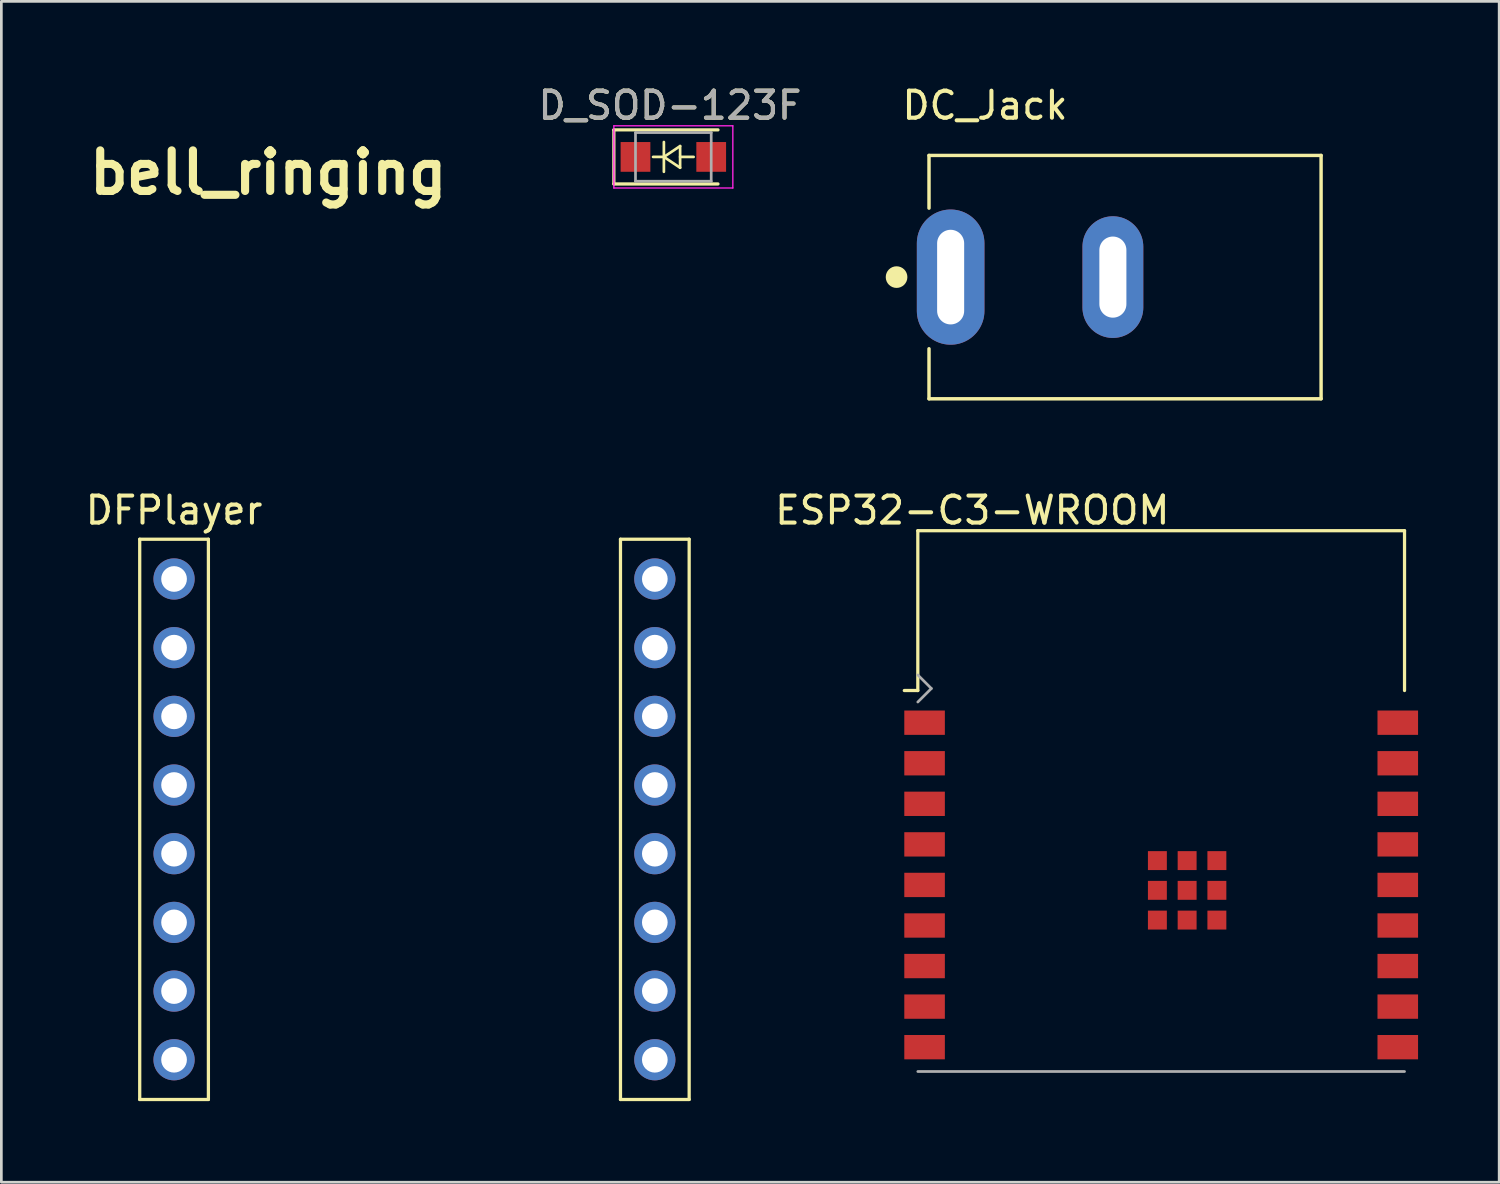
<source format=kicad_pcb>
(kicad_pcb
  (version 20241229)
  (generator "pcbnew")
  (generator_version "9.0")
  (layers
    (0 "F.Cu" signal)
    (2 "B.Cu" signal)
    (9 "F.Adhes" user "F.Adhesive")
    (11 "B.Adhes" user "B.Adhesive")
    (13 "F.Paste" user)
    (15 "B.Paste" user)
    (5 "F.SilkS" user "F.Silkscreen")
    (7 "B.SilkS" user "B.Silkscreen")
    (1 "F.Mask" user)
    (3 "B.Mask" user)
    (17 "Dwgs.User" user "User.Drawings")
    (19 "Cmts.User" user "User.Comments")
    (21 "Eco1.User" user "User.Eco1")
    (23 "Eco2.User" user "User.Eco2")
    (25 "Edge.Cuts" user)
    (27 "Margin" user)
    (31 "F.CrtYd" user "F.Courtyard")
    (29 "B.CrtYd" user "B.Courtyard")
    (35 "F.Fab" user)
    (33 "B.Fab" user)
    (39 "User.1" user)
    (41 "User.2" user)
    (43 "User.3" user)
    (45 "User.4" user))
  (footprint "DC_Jack"
    (layer "F.Cu")
    (at 32.107 7.198)
    (property "Reference" "DC_Jack" (at 1.27 -6.35 0) (layer "F.SilkS") (effects (font (size 1 1) (thickness 0.15))))
    (attr through_hole)
    (fp_line (start -0.8 -4.5) (end 13.7 -4.5) (stroke (width 0.127) (type solid)) (layer "F.SilkS"))
    (fp_line (start -0.8 -2.55) (end -0.8 -4.5) (stroke (width 0.127) (type solid)) (layer "F.SilkS"))
    (fp_line (start -0.8 4.5) (end -0.8 2.65) (stroke (width 0.127) (type solid)) (layer "F.SilkS"))
    (fp_line (start 13.7 -4.5) (end 13.7 4.5) (stroke (width 0.127) (type solid)) (layer "F.SilkS"))
    (fp_line (start 13.7 4.5) (end -0.8 4.5) (stroke (width 0.127) (type solid)) (layer "F.SilkS"))
    (fp_circle (center -2 0) (end -1.8 0) (stroke (width 0.4) (type solid)) (fill no) (layer "F.SilkS"))
    (fp_line (start -1.55 -2.25) (end -1.55 2.35) (stroke (width 0.05) (type solid)) (layer "Eco1.User"))
    (fp_line (start -1.55 2.35) (end -1.1 2.35) (stroke (width 0.05) (type solid)) (layer "Eco1.User"))
    (fp_line (start -1.1 -4.75) (end 13.95 -4.75) (stroke (width 0.05) (type solid)) (layer "Eco1.User"))
    (fp_line (start -1.1 -2.25) (end -1.55 -2.25) (stroke (width 0.05) (type solid)) (layer "Eco1.User"))
    (fp_line (start -1.1 -2.25) (end -1.1 -4.75) (stroke (width 0.05) (type solid)) (layer "Eco1.User"))
    (fp_line (start -1.1 4.75) (end -1.1 2.35) (stroke (width 0.05) (type solid)) (layer "Eco1.User"))
    (fp_line (start 13.95 -4.75) (end 13.95 4.75) (stroke (width 0.05) (type solid)) (layer "Eco1.User"))
    (fp_line (start 13.95 4.75) (end -1.1 4.75) (stroke (width 0.05) (type solid)) (layer "Eco1.User"))
    (fp_line (start -0.8 -4.5) (end 13.7 -4.5) (stroke (width 0.127) (type solid)) (layer "Eco2.User"))
    (fp_line (start 13.7 -4.5) (end 13.7 4.5) (stroke (width 0.127) (type solid)) (layer "Eco2.User"))
    (fp_line (start 13.7 4.5) (end -0.8 4.5) (stroke (width 0.127) (type solid)) (layer "Eco2.User"))
    (pad "1" thru_hole oval (at 0 0 90) (size 5 2.5) (drill oval 3.5 1) (layers "*.Cu" "*.Mask"))
    (pad "2" thru_hole oval (at 6 0 90) (size 4.5 2.25) (drill oval 3 1) (layers "*.Cu" "*.Mask")))
  (footprint "DFPlayer"
    (layer "F.Cu")
    (at 12.277 27.252)
    (property "Reference" "DFPlayer" (at -8.89 -11.43 0) (layer "F.SilkS") (effects (font (size 1 1) (thickness 0.15))))
    (attr through_hole)
    (fp_line (start -10.16 -10.36) (end -7.62 -10.36) (stroke (width 0.12) (type solid)) (layer "F.SilkS"))
    (fp_line (start -10.16 10.36) (end -10.16 -10.36) (stroke (width 0.12) (type solid)) (layer "F.SilkS"))
    (fp_line (start -7.62 -10.36) (end -7.62 10.36) (stroke (width 0.12) (type solid)) (layer "F.SilkS"))
    (fp_line (start -7.62 10.36) (end -10.16 10.36) (stroke (width 0.12) (type solid)) (layer "F.SilkS"))
    (fp_line (start 7.62 -10.36) (end 7.62 10.36) (stroke (width 0.12) (type solid)) (layer "F.SilkS"))
    (fp_line (start 7.62 -10.36) (end 10.16 -10.36) (stroke (width 0.12) (type solid)) (layer "F.SilkS"))
    (fp_line (start 10.16 -10.36) (end 10.16 10.36) (stroke (width 0.12) (type solid)) (layer "F.SilkS"))
    (fp_line (start 10.16 10.36) (end 7.62 10.36) (stroke (width 0.12) (type solid)) (layer "F.SilkS"))
    (pad "1" thru_hole circle (at -8.89 -8.89) (size 1.524 1.524) (drill 0.95) (layers "*.Cu" "*.Mask"))
    (pad "2" thru_hole circle (at -8.89 -6.35) (size 1.524 1.524) (drill 0.95) (layers "*.Cu" "*.Mask"))
    (pad "3" thru_hole circle (at -8.89 -3.81) (size 1.524 1.524) (drill 0.95) (layers "*.Cu" "*.Mask"))
    (pad "4" thru_hole circle (at -8.89 -1.27) (size 1.524 1.524) (drill 0.95) (layers "*.Cu" "*.Mask"))
    (pad "5" thru_hole circle (at -8.89 1.27) (size 1.524 1.524) (drill 0.95) (layers "*.Cu" "*.Mask"))
    (pad "6" thru_hole circle (at -8.89 3.81) (size 1.524 1.524) (drill 0.95) (layers "*.Cu" "*.Mask"))
    (pad "7" thru_hole circle (at -8.89 6.35) (size 1.524 1.524) (drill 0.95) (layers "*.Cu" "*.Mask"))
    (pad "8" thru_hole circle (at -8.89 8.89) (size 1.524 1.524) (drill 0.95) (layers "*.Cu" "*.Mask"))
    (pad "9" thru_hole circle (at 8.89 8.89) (size 1.524 1.524) (drill 0.95) (layers "*.Cu" "*.Mask"))
    (pad "10" thru_hole circle (at 8.89 6.35) (size 1.524 1.524) (drill 0.95) (layers "*.Cu" "*.Mask"))
    (pad "11" thru_hole circle (at 8.89 3.81) (size 1.524 1.524) (drill 0.95) (layers "*.Cu" "*.Mask"))
    (pad "12" thru_hole circle (at 8.89 1.27) (size 1.524 1.524) (drill 0.95) (layers "*.Cu" "*.Mask"))
    (pad "13" thru_hole circle (at 8.89 -1.27) (size 1.524 1.524) (drill 0.95) (layers "*.Cu" "*.Mask"))
    (pad "14" thru_hole circle (at 8.89 -3.81) (size 1.524 1.524) (drill 0.95) (layers "*.Cu" "*.Mask"))
    (pad "15" thru_hole circle (at 8.89 -6.35) (size 1.524 1.524) (drill 0.95) (layers "*.Cu" "*.Mask"))
    (pad "16" thru_hole circle (at 8.89 -8.89) (size 1.524 1.524) (drill 0.95) (layers "*.Cu" "*.Mask")))
  (footprint "D_SOD-123F"
    (layer "F.Cu")
    (at 21.852 2.753)
    (property "Reference" "D_SOD-123F" (at -0.127 -1.905 0) (layer "F.SilkS") (effects (font (size 1 1) (thickness 0.15))))
    (attr smd)
    (fp_line (start -2.2 -1) (end -2.2 1) (stroke (width 0.12) (type solid)) (layer "F.SilkS"))
    (fp_line (start -2.2 -1) (end 1.65 -1) (stroke (width 0.12) (type solid)) (layer "F.SilkS"))
    (fp_line (start -2.2 1) (end 1.65 1) (stroke (width 0.12) (type solid)) (layer "F.SilkS"))
    (fp_line (start -0.75 0) (end -0.35 0) (stroke (width 0.1) (type solid)) (layer "F.SilkS"))
    (fp_line (start -0.35 0) (end -0.35 -0.55) (stroke (width 0.1) (type solid)) (layer "F.SilkS"))
    (fp_line (start -0.35 0) (end -0.35 0.55) (stroke (width 0.1) (type solid)) (layer "F.SilkS"))
    (fp_line (start -0.35 0) (end 0.25 -0.4) (stroke (width 0.1) (type solid)) (layer "F.SilkS"))
    (fp_line (start 0.25 -0.4) (end 0.25 0.4) (stroke (width 0.1) (type solid)) (layer "F.SilkS"))
    (fp_line (start 0.25 0) (end 0.75 0) (stroke (width 0.1) (type solid)) (layer "F.SilkS"))
    (fp_line (start 0.25 0.4) (end -0.35 0) (stroke (width 0.1) (type solid)) (layer "F.SilkS"))
    (fp_line (start -2.2 -1.15) (end -2.2 1.15) (stroke (width 0.05) (type solid)) (layer "F.CrtYd"))
    (fp_line (start -2.2 -1.15) (end 2.2 -1.15) (stroke (width 0.05) (type solid)) (layer "F.CrtYd"))
    (fp_line (start 2.2 -1.15) (end 2.2 1.15) (stroke (width 0.05) (type solid)) (layer "F.CrtYd"))
    (fp_line (start 2.2 1.15) (end -2.2 1.15) (stroke (width 0.05) (type solid)) (layer "F.CrtYd"))
    (fp_line (start -1.4 -0.9) (end 1.4 -0.9) (stroke (width 0.1) (type solid)) (layer "F.Fab"))
    (fp_line (start -1.4 0.9) (end -1.4 -0.9) (stroke (width 0.1) (type solid)) (layer "F.Fab"))
    (fp_line (start 1.4 -0.9) (end 1.4 0.9) (stroke (width 0.1) (type solid)) (layer "F.Fab"))
    (fp_line (start 1.4 0.9) (end -1.4 0.9) (stroke (width 0.1) (type solid)) (layer "F.Fab"))
    (fp_text user "${REFERENCE}" (at -0.127 -1.905 0) (layer "F.Fab") (effects (font (size 1 1) (thickness 0.15))))
    (pad "1" smd rect (at -1.4 0) (size 1.1 1.1) (layers "F.Cu" "F.Mask" "F.Paste"))
    (pad "2" smd rect (at 1.4 0) (size 1.1 1.1) (layers "F.Cu" "F.Mask" "F.Paste")))
  (footprint "bell_ringing"
    (layer "F.Cu")
    (at 6.871 3.333)
    (property "Reference" "bell_ringing" (at 0 0 0) (layer "F.SilkS") (effects (font (size 1.5 1.5) (thickness 0.3))))
    (attr board_only exclude_from_pos_files exclude_from_bom)
    (fp_poly (pts (xy -1.936 -3.304) (xy -1.826 -3.225) (xy -1.756 -3.109) (xy -1.738 -2.973) (xy -1.747 -2.916) (xy -1.78 -2.855) (xy -1.848 -2.764) (xy -1.941 -2.659) (xy -1.983 -2.615) (xy -2.239 -2.334) (xy -2.452 -2.042) (xy -2.605 -1.781) (xy -2.695 -1.626) (xy -2.774 -1.523) (xy -2.852 -1.464) (xy -2.942 -1.437) (xy -3.01 -1.433) (xy -3.122 -1.45) (xy -3.215 -1.511) (xy -3.236 -1.531) (xy -3.306 -1.626) (xy -3.332 -1.733) (xy -3.311 -1.863) (xy -3.245 -2.026) (xy -3.213 -2.089) (xy -3.002 -2.439) (xy -2.745 -2.78) (xy -2.466 -3.081) (xy -2.348 -3.194) (xy -2.264 -3.267) (xy -2.199 -3.309) (xy -2.142 -3.329) (xy -2.079 -3.333) (xy -2.075 -3.333)) (stroke (width 0) (type solid)) (fill yes) (layer "F.Mask"))
    (fp_poly (pts (xy 2.139 -3.329) (xy 2.196 -3.311) (xy 2.26 -3.27) (xy 2.344 -3.199) (xy 2.46 -3.088) (xy 2.466 -3.081) (xy 2.641 -2.899) (xy 2.809 -2.699) (xy 2.964 -2.491) (xy 3.101 -2.287) (xy 3.211 -2.094) (xy 3.29 -1.925) (xy 3.33 -1.788) (xy 3.333 -1.745) (xy 3.303 -1.616) (xy 3.222 -1.513) (xy 3.104 -1.448) (xy 3.01 -1.433) (xy 2.906 -1.446) (xy 2.819 -1.478) (xy 2.81 -1.483) (xy 2.762 -1.535) (xy 2.696 -1.629) (xy 2.624 -1.747) (xy 2.605 -1.781) (xy 2.419 -2.092) (xy 2.21 -2.368) (xy 1.986 -2.61) (xy 1.887 -2.716) (xy 1.806 -2.816) (xy 1.756 -2.892) (xy 1.748 -2.913) (xy 1.743 -3.056) (xy 1.793 -3.182) (xy 1.888 -3.278) (xy 2.018 -3.329) (xy 2.075 -3.333)) (stroke (width 0) (type solid)) (fill yes) (layer "F.Mask"))
    (fp_poly (pts (xy 0.176 -3.311) (xy 0.378 -3.26) (xy 0.45 -3.228) (xy 0.656 -3.088) (xy 0.815 -2.909) (xy 0.915 -2.729) (xy 1 -2.58) (xy 1.106 -2.474) (xy 1.142 -2.448) (xy 1.468 -2.194) (xy 1.751 -1.89) (xy 1.985 -1.542) (xy 2.066 -1.39) (xy 2.138 -1.236) (xy 2.195 -1.099) (xy 2.238 -0.966) (xy 2.27 -0.825) (xy 2.294 -0.665) (xy 2.31 -0.473) (xy 2.322 -0.237) (xy 2.331 0.033) (xy 2.338 0.277) (xy 2.345 0.464) (xy 2.352 0.604) (xy 2.362 0.707) (xy 2.374 0.785) (xy 2.391 0.845) (xy 2.414 0.9) (xy 2.44 0.952) (xy 2.519 1.074) (xy 2.618 1.191) (xy 2.666 1.235) (xy 2.802 1.351) (xy 2.895 1.434) (xy 2.954 1.497) (xy 2.985 1.55) (xy 2.998 1.603) (xy 3 1.667) (xy 2.986 1.78) (xy 2.933 1.87) (xy 2.903 1.903) (xy 2.805 2) (xy 2.069 2) (xy 1.333 2) (xy 1.333 2.094) (xy 1.319 2.212) (xy 1.281 2.361) (xy 1.229 2.515) (xy 1.17 2.646) (xy 1.158 2.667) (xy 1.054 2.812) (xy 0.918 2.96) (xy 0.772 3.088) (xy 0.683 3.148) (xy 0.43 3.26) (xy 0.153 3.32) (xy -0.129 3.324) (xy -0.398 3.272) (xy -0.4 3.271) (xy -0.658 3.156) (xy -0.886 2.991) (xy -1.074 2.785) (xy -1.216 2.549) (xy -1.303 2.291) (xy -1.321 2.187) (xy -1.343 2) (xy -0.672 2) (xy -0.649 2.108) (xy -0.576 2.308) (xy -0.458 2.467) (xy -0.305 2.58) (xy -0.128 2.642) (xy 0.064 2.649) (xy 0.26 2.597) (xy 0.348 2.553) (xy 0.483 2.439) (xy 0.589 2.28) (xy 0.649 2.108) (xy 0.672 2) (xy 0 2) (xy -0.672 2) (xy -1.343 2) (xy -2.074 2) (xy -2.805 2) (xy -2.903 1.903) (xy -2.973 1.813) (xy -2.998 1.712) (xy -3 1.667) (xy -2.998 1.602) (xy -2.985 1.549) (xy -2.953 1.496) (xy -2.895 1.434) (xy -2.801 1.35) (xy -2.782 1.333) (xy -1.859 1.333) (xy 0 1.333) (xy 1.859 1.333) (xy 1.772 1.125) (xy 1.744 1.054) (xy 1.722 0.986) (xy 1.706 0.912) (xy 1.694 0.82) (xy 1.685 0.7) (xy 1.677 0.542) (xy 1.67 0.335) (xy 1.665 0.167) (xy 1.658 -0.08) (xy 1.651 -0.272) (xy 1.643 -0.419) (xy 1.632 -0.534) (xy 1.617 -0.627) (xy 1.597 -0.711) (xy 1.571 -0.796) (xy 1.554 -0.849) (xy 1.409 -1.178) (xy 1.214 -1.472) (xy 0.977 -1.723) (xy 0.704 -1.924) (xy 0.631 -1.965) (xy 0.502 -2.039) (xy 0.42 -2.103) (xy 0.37 -2.174) (xy 0.34 -2.269) (xy 0.328 -2.325) (xy 0.275 -2.486) (xy 0.184 -2.593) (xy 0.058 -2.644) (xy 0 -2.648) (xy -0.139 -2.62) (xy -0.243 -2.535) (xy -0.312 -2.395) (xy -0.328 -2.325) (xy -0.36 -2.201) (xy -0.408 -2.114) (xy -0.49 -2.045) (xy -0.6 -1.983) (xy -0.845 -1.829) (xy -1.076 -1.627) (xy -1.279 -1.393) (xy -1.437 -1.145) (xy -1.475 -1.067) (xy -1.526 -0.944) (xy -1.566 -0.83) (xy -1.597 -0.712) (xy -1.619 -0.578) (xy -1.636 -0.417) (xy -1.649 -0.219) (xy -1.659 0.03) (xy -1.663 0.167) (xy -1.671 0.412) (xy -1.679 0.602) (xy -1.687 0.746) (xy -1.698 0.855) (xy -1.712 0.94) (xy -1.73 1.011) (xy -1.754 1.08) (xy -1.772 1.125) (xy -1.859 1.333) (xy -2.782 1.333) (xy -2.666 1.235) (xy -2.568 1.135) (xy -2.475 1.011) (xy -2.44 0.952) (xy -2.411 0.895) (xy -2.39 0.841) (xy -2.373 0.779) (xy -2.361 0.7) (xy -2.351 0.593) (xy -2.344 0.45) (xy -2.337 0.259) (xy -2.331 0.033) (xy -2.321 -0.254) (xy -2.309 -0.486) (xy -2.292 -0.676) (xy -2.269 -0.834) (xy -2.236 -0.974) (xy -2.192 -1.107) (xy -2.134 -1.245) (xy -2.066 -1.39) (xy -1.851 -1.755) (xy -1.588 -2.077) (xy -1.279 -2.352) (xy -1.142 -2.448) (xy -1.028 -2.547) (xy -0.939 -2.68) (xy -0.915 -2.729) (xy -0.787 -2.948) (xy -0.619 -3.119) (xy -0.45 -3.228) (xy -0.263 -3.295) (xy -0.046 -3.323)) (stroke (width 0) (type solid)) (fill yes) (layer "F.Mask")))
  (footprint "ESP32-C3-WROOM"
    (layer "F.Cu")
    (at 39.893 30.427)
    (property "Reference" "ESP32-C3-WROOM" (at -6.985 -14.605 180) (layer "F.SilkS") (effects (font (size 1 1) (thickness 0.15))))
    (attr smd)
    (fp_line (start -9 -13.85) (end -9 -7.94) (stroke (width 0.12) (type solid)) (layer "F.SilkS"))
    (fp_line (start -9 -13.85) (end 9 -13.85) (stroke (width 0.12) (type solid)) (layer "F.SilkS"))
    (fp_line (start -9 -7.94) (end -9.5 -7.94) (stroke (width 0.12) (type solid)) (layer "F.SilkS"))
    (fp_line (start 9 -13.85) (end 9 -7.94) (stroke (width 0.12) (type solid)) (layer "F.SilkS"))
    (fp_line (start -9 -7.515) (end -8.5 -8.015) (stroke (width 0.1) (type solid)) (layer "F.Fab"))
    (fp_line (start -9 6.15) (end 9 6.15) (stroke (width 0.1) (type solid)) (layer "F.Fab"))
    (fp_line (start -8.5 -8.015) (end -9 -8.515) (stroke (width 0.1) (type solid)) (layer "F.Fab"))
    (pad "1" smd rect (at -8.75 -6.75) (size 1.5 0.9) (layers "F.Cu" "F.Mask" "F.Paste"))
    (pad "2" smd rect (at -8.75 -5.25) (size 1.5 0.9) (layers "F.Cu" "F.Mask" "F.Paste"))
    (pad "3" smd rect (at -8.75 -3.75) (size 1.5 0.9) (layers "F.Cu" "F.Mask" "F.Paste"))
    (pad "4" smd rect (at -8.75 -2.25) (size 1.5 0.9) (layers "F.Cu" "F.Mask" "F.Paste"))
    (pad "5" smd rect (at -8.75 -0.75) (size 1.5 0.9) (layers "F.Cu" "F.Mask" "F.Paste"))
    (pad "6" smd rect (at -8.75 0.75) (size 1.5 0.9) (layers "F.Cu" "F.Mask" "F.Paste"))
    (pad "7" smd rect (at -8.75 2.25) (size 1.5 0.9) (layers "F.Cu" "F.Mask" "F.Paste"))
    (pad "8" smd rect (at -8.75 3.75) (size 1.5 0.9) (layers "F.Cu" "F.Mask" "F.Paste"))
    (pad "9" smd rect (at -8.75 5.25) (size 1.5 0.9) (layers "F.Cu" "F.Mask" "F.Paste"))
    (pad "10" smd rect (at 8.75 5.25) (size 1.5 0.9) (layers "F.Cu" "F.Mask" "F.Paste"))
    (pad "11" smd rect (at 8.75 3.75) (size 1.5 0.9) (layers "F.Cu" "F.Mask" "F.Paste"))
    (pad "12" smd rect (at 8.75 2.25) (size 1.5 0.9) (layers "F.Cu" "F.Mask" "F.Paste"))
    (pad "13" smd rect (at 8.75 0.75) (size 1.5 0.9) (layers "F.Cu" "F.Mask" "F.Paste"))
    (pad "14" smd rect (at 8.75 -0.75) (size 1.5 0.9) (layers "F.Cu" "F.Mask" "F.Paste"))
    (pad "15" smd rect (at 8.75 -2.25) (size 1.5 0.9) (layers "F.Cu" "F.Mask" "F.Paste"))
    (pad "16" smd rect (at 8.75 -3.75) (size 1.5 0.9) (layers "F.Cu" "F.Mask" "F.Paste"))
    (pad "17" smd rect (at 8.75 -5.25) (size 1.5 0.9) (layers "F.Cu" "F.Mask" "F.Paste"))
    (pad "18" smd rect (at 8.75 -6.75) (size 1.5 0.9) (layers "F.Cu" "F.Mask" "F.Paste"))
    (pad "G1" smd rect (at -0.14 -1.65) (size 0.7 0.7) (layers "F.Cu" "F.Mask" "F.Paste"))
    (pad "G2" smd rect (at 0.96 -1.65) (size 0.7 0.7) (layers "F.Cu" "F.Mask" "F.Paste"))
    (pad "G3" smd rect (at 2.06 -1.65) (size 0.7 0.7) (layers "F.Cu" "F.Mask" "F.Paste"))
    (pad "G4" smd rect (at -0.14 -0.55) (size 0.7 0.7) (layers "F.Cu" "F.Mask" "F.Paste"))
    (pad "G5" smd rect (at 0.96 -0.55) (size 0.7 0.7) (layers "F.Cu" "F.Mask" "F.Paste"))
    (pad "G6" smd rect (at 2.06 -0.55) (size 0.7 0.7) (layers "F.Cu" "F.Mask" "F.Paste"))
    (pad "G7" smd rect (at -0.14 0.55) (size 0.7 0.7) (layers "F.Cu" "F.Mask" "F.Paste"))
    (pad "G8" smd rect (at 0.96 0.55) (size 0.7 0.7) (layers "F.Cu" "F.Mask" "F.Paste"))
    (pad "G9" smd rect (at 2.06 0.55) (size 0.7 0.7) (layers "F.Cu" "F.Mask" "F.Paste")))
  (gr_rect
    (start -3 -3)
    (end 52.393 40.672)
    (stroke (width 0.1) (type default))
    (fill no)
    (layer "Edge.Cuts")))
</source>
